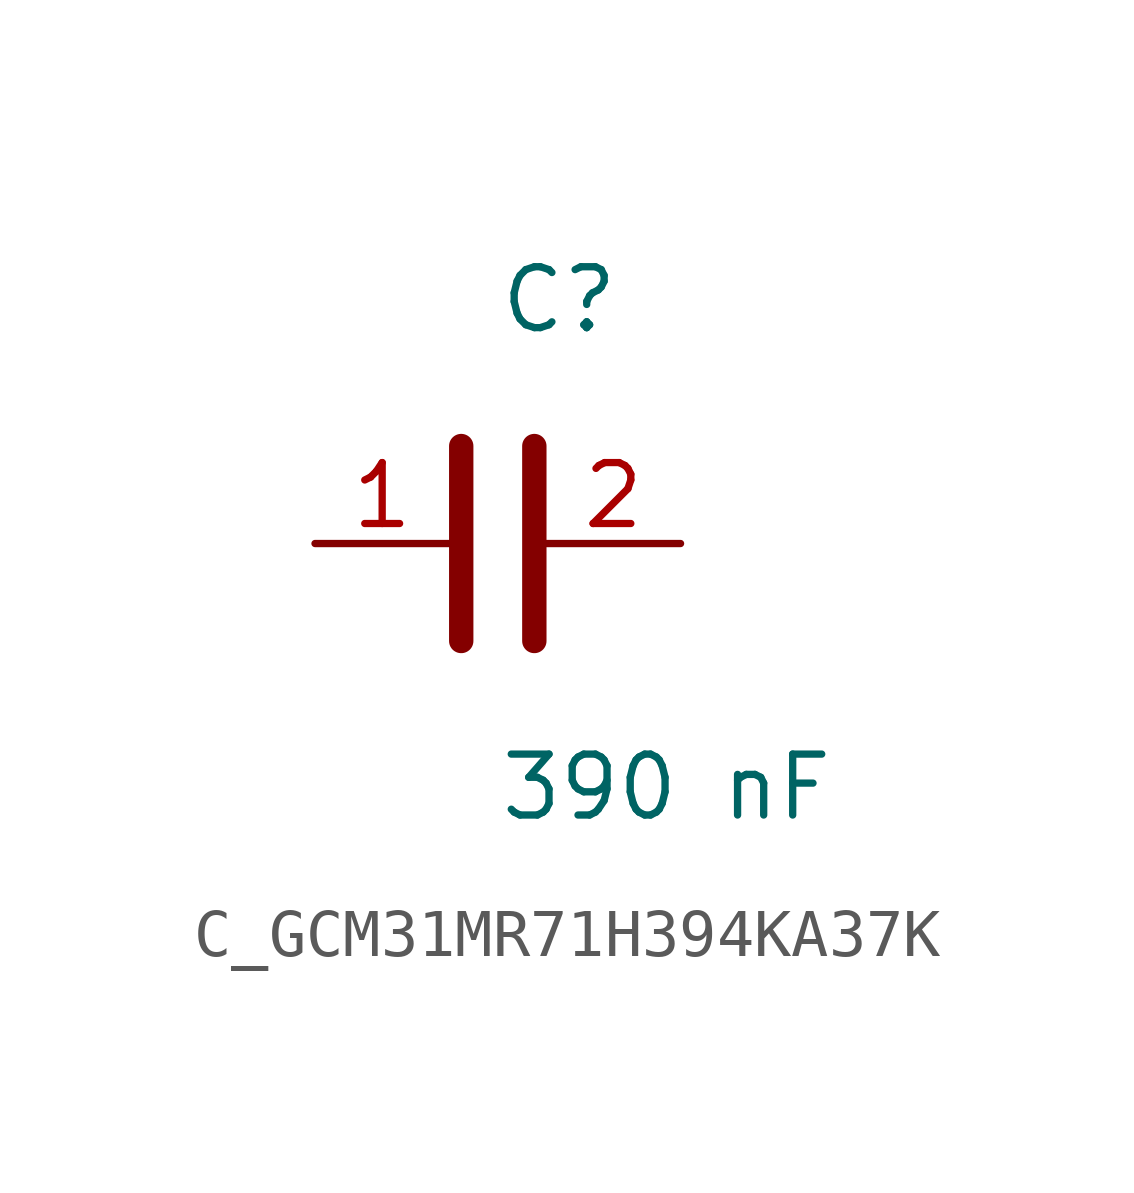
<source format=kicad_sym>
(kicad_symbol_lib
  (version 20231120)
  (generator kicad_symbol_editor)
  (generator_version 8.0)
  (symbol "C_GCM31MR71H394KA37K"
    (pin_names
      (offset 0.254))
    (property "Reference" "C"
      (at 0.0 5.08 0)
      (effects (font (size 1.27 1.27)) (justify left)))
    (property "Value" "390 nF"
      (at 0.0 -5.08 0)
      (effects (font (size 1.27 1.27)) (justify left)))
    (symbol "C_GCM31MR71H394KA37K_0_1"
      (polyline (pts (xy -0.762 -2.032) (xy -0.762 2.032)) (stroke (width 0.508) (type default)) (fill (type none)))
      (polyline (pts (xy 0.762 -2.032) (xy 0.762 2.032)) (stroke (width 0.508) (type default)) (fill (type none))))
    (pin unspecified line
      (at -3.81 0 0)
      (length 2.8)
      (name "" (effects (font (size 1.27 1.27))))
      (number "1" (effects (font (size 1.27 1.27)))))
    (pin unspecified line
      (at 3.81 0 180)
      (length 2.8)
      (name "" (effects (font (size 1.27 1.27))))
      (number "2" (effects (font (size 1.27 1.27)))))))
</source>
